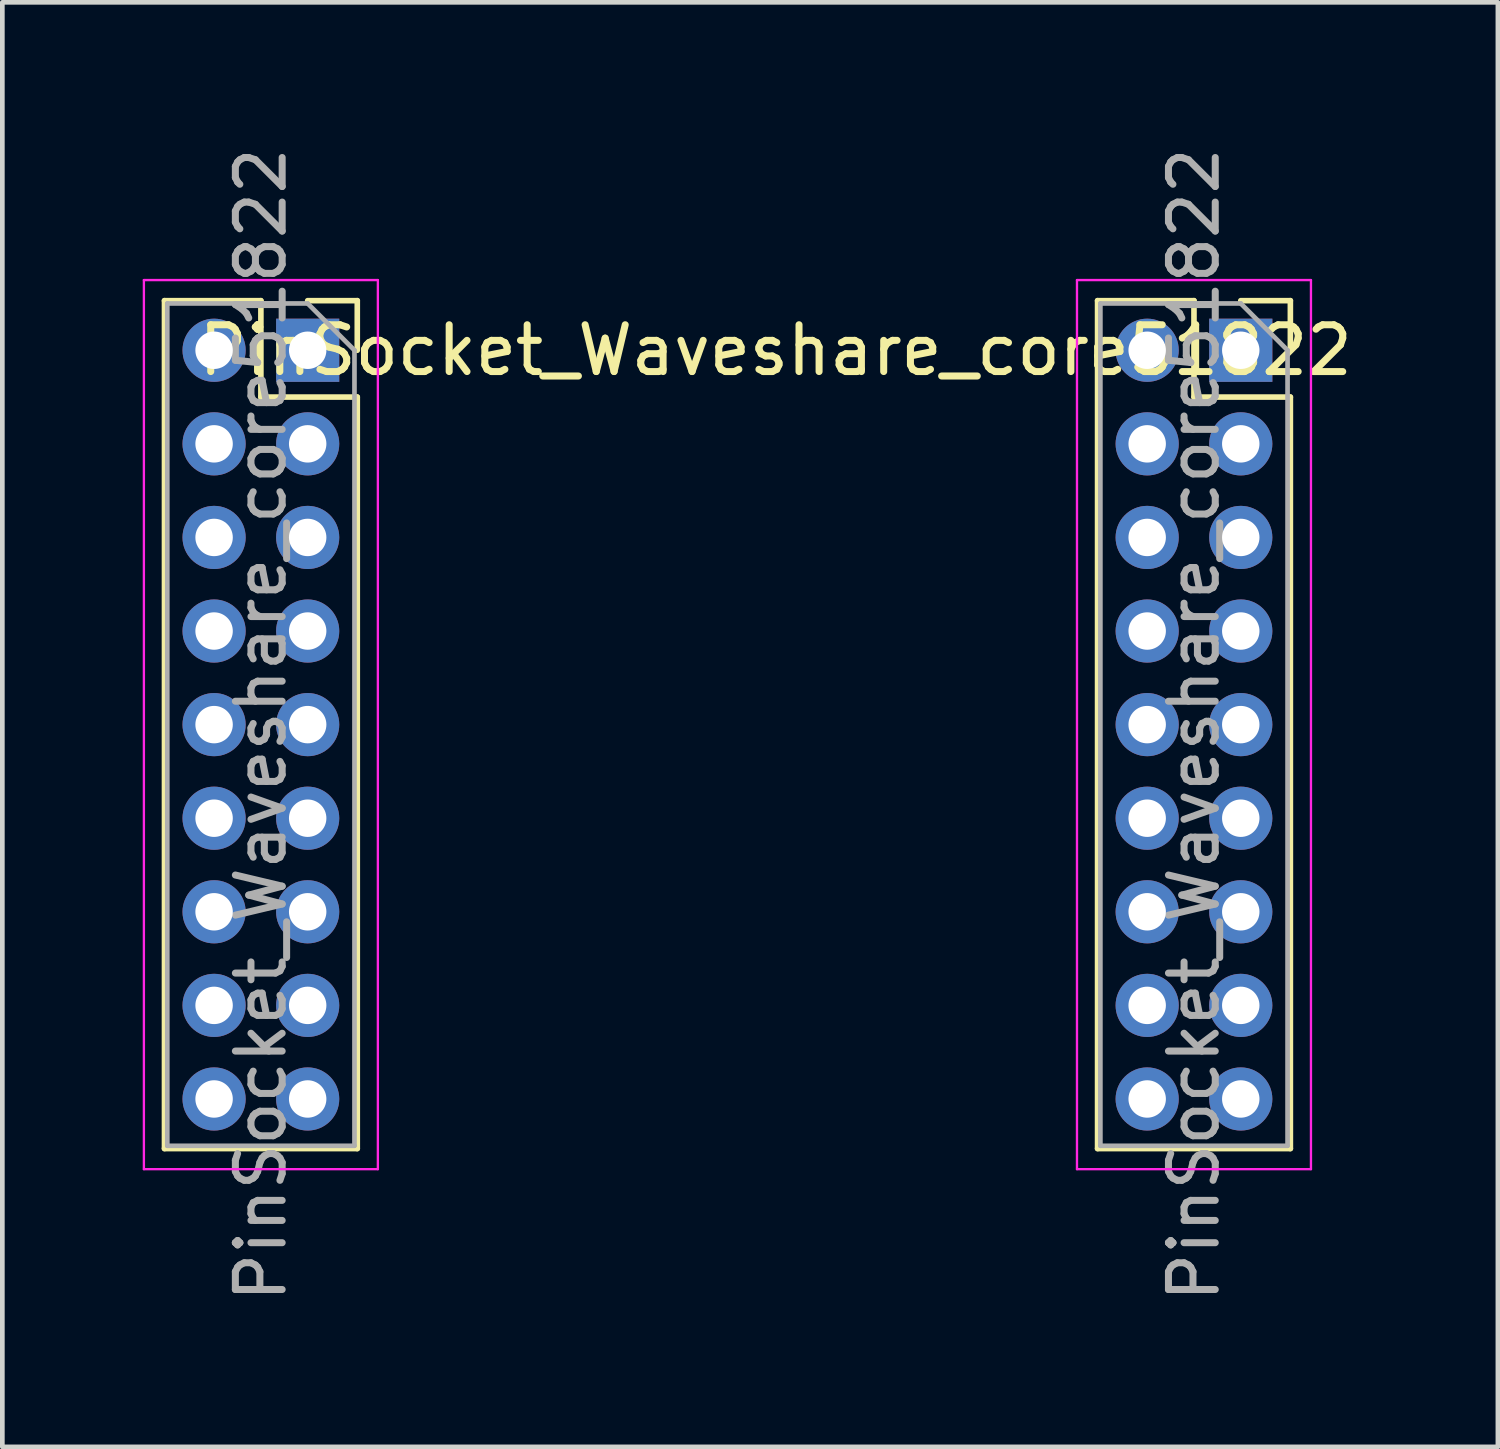
<source format=kicad_pcb>
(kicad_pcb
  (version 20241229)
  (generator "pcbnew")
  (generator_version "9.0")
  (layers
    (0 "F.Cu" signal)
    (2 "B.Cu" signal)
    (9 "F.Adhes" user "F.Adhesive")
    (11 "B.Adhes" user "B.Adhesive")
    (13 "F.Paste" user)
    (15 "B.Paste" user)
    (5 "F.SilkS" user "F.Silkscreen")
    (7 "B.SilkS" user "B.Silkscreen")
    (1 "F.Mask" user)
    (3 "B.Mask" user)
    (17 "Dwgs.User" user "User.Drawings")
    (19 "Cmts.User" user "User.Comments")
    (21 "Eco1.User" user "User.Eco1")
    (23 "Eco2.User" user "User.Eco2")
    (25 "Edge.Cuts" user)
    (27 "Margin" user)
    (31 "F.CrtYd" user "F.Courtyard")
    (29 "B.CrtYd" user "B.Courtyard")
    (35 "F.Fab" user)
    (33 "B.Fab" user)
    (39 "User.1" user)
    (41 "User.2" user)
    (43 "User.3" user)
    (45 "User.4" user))
  (footprint "PinSocket_Waveshare_core51822"
    (layer "F.Cu")
    (at 2.525 12.435)
    (property "Reference" "PinSocket_Waveshare_core51822" (at 11 -8 0) (layer "F.SilkS") (effects (font (size 1 1) (thickness 0.15))))
    (attr through_hole)
    (fp_line (start -2.06 -9.06) (end -2.06 9.06) (stroke (width 0.12) (type solid)) (layer "F.SilkS"))
    (fp_line (start -2.06 -9.06) (end 0 -9.06) (stroke (width 0.12) (type solid)) (layer "F.SilkS"))
    (fp_line (start -2.06 9.06) (end 2.06 9.06) (stroke (width 0.12) (type solid)) (layer "F.SilkS"))
    (fp_line (start 0 -9.06) (end 0 -7) (stroke (width 0.12) (type solid)) (layer "F.SilkS"))
    (fp_line (start 0 -7) (end 2.06 -7) (stroke (width 0.12) (type solid)) (layer "F.SilkS"))
    (fp_line (start 1 -9.06) (end 2.06 -9.06) (stroke (width 0.12) (type solid)) (layer "F.SilkS"))
    (fp_line (start 2.06 -9.06) (end 2.06 -8) (stroke (width 0.12) (type solid)) (layer "F.SilkS"))
    (fp_line (start 2.06 -7) (end 2.06 9.06) (stroke (width 0.12) (type solid)) (layer "F.SilkS"))
    (fp_line (start 17.88 -9.06) (end 17.88 9.06) (stroke (width 0.12) (type solid)) (layer "F.SilkS"))
    (fp_line (start 17.88 -9.06) (end 19.94 -9.06) (stroke (width 0.12) (type solid)) (layer "F.SilkS"))
    (fp_line (start 17.88 9.06) (end 22 9.06) (stroke (width 0.12) (type solid)) (layer "F.SilkS"))
    (fp_line (start 19.94 -9.06) (end 19.94 -7) (stroke (width 0.12) (type solid)) (layer "F.SilkS"))
    (fp_line (start 19.94 -7) (end 22 -7) (stroke (width 0.12) (type solid)) (layer "F.SilkS"))
    (fp_line (start 20.94 -9.06) (end 22 -9.06) (stroke (width 0.12) (type solid)) (layer "F.SilkS"))
    (fp_line (start 22 -9.06) (end 22 -8) (stroke (width 0.12) (type solid)) (layer "F.SilkS"))
    (fp_line (start 22 -7) (end 22 9.06) (stroke (width 0.12) (type solid)) (layer "F.SilkS"))
    (fp_line (start -2.5 -9.5) (end 2.5 -9.5) (stroke (width 0.05) (type solid)) (layer "F.CrtYd"))
    (fp_line (start -2.5 9.5) (end -2.5 -9.5) (stroke (width 0.05) (type solid)) (layer "F.CrtYd"))
    (fp_line (start 2.5 -9.5) (end 2.5 9.5) (stroke (width 0.05) (type solid)) (layer "F.CrtYd"))
    (fp_line (start 2.5 9.5) (end -2.5 9.5) (stroke (width 0.05) (type solid)) (layer "F.CrtYd"))
    (fp_line (start 17.44 -9.5) (end 22.44 -9.5) (stroke (width 0.05) (type solid)) (layer "F.CrtYd"))
    (fp_line (start 17.44 9.5) (end 17.44 -9.5) (stroke (width 0.05) (type solid)) (layer "F.CrtYd"))
    (fp_line (start 22.44 -9.5) (end 22.44 9.5) (stroke (width 0.05) (type solid)) (layer "F.CrtYd"))
    (fp_line (start 22.44 9.5) (end 17.44 9.5) (stroke (width 0.05) (type solid)) (layer "F.CrtYd"))
    (fp_line (start -2 -9) (end 1 -9) (stroke (width 0.1) (type solid)) (layer "F.Fab"))
    (fp_line (start -2 9) (end -2 -9) (stroke (width 0.1) (type solid)) (layer "F.Fab"))
    (fp_line (start 1 -9) (end 2 -8) (stroke (width 0.1) (type solid)) (layer "F.Fab"))
    (fp_line (start 2 -8) (end 2 9) (stroke (width 0.1) (type solid)) (layer "F.Fab"))
    (fp_line (start 2 9) (end -2 9) (stroke (width 0.1) (type solid)) (layer "F.Fab"))
    (fp_line (start 17.94 -9) (end 20.94 -9) (stroke (width 0.1) (type solid)) (layer "F.Fab"))
    (fp_line (start 17.94 9) (end 17.94 -9) (stroke (width 0.1) (type solid)) (layer "F.Fab"))
    (fp_line (start 20.94 -9) (end 21.94 -8) (stroke (width 0.1) (type solid)) (layer "F.Fab"))
    (fp_line (start 21.94 -8) (end 21.94 9) (stroke (width 0.1) (type solid)) (layer "F.Fab"))
    (fp_line (start 21.94 9) (end 17.94 9) (stroke (width 0.1) (type solid)) (layer "F.Fab"))
    (fp_text user "${REFERENCE}" (at 19.94 0 90) (layer "F.Fab") (effects (font (size 1 1) (thickness 0.15))))
    (fp_text user "${REFERENCE}" (at 0 0 90) (layer "F.Fab") (effects (font (size 1 1) (thickness 0.15))))
    (pad "1" thru_hole rect (at 1 -8) (size 1.35 1.35) (drill 0.8) (layers "*.Cu" "*.Mask"))
    (pad "1" thru_hole rect (at 20.94 -8) (size 1.35 1.35) (drill 0.8) (layers "*.Cu" "*.Mask"))
    (pad "2" thru_hole oval (at -1 -8) (size 1.35 1.35) (drill 0.8) (layers "*.Cu" "*.Mask"))
    (pad "2" thru_hole oval (at 18.94 -8) (size 1.35 1.35) (drill 0.8) (layers "*.Cu" "*.Mask"))
    (pad "3" thru_hole oval (at 1 -6) (size 1.35 1.35) (drill 0.8) (layers "*.Cu" "*.Mask"))
    (pad "3" thru_hole oval (at 20.94 -6) (size 1.35 1.35) (drill 0.8) (layers "*.Cu" "*.Mask"))
    (pad "4" thru_hole oval (at -1 -6) (size 1.35 1.35) (drill 0.8) (layers "*.Cu" "*.Mask"))
    (pad "4" thru_hole oval (at 18.94 -6) (size 1.35 1.35) (drill 0.8) (layers "*.Cu" "*.Mask"))
    (pad "5" thru_hole oval (at 1 -4) (size 1.35 1.35) (drill 0.8) (layers "*.Cu" "*.Mask"))
    (pad "5" thru_hole oval (at 20.94 -4) (size 1.35 1.35) (drill 0.8) (layers "*.Cu" "*.Mask"))
    (pad "6" thru_hole oval (at -1 -4) (size 1.35 1.35) (drill 0.8) (layers "*.Cu" "*.Mask"))
    (pad "6" thru_hole oval (at 18.94 -4) (size 1.35 1.35) (drill 0.8) (layers "*.Cu" "*.Mask"))
    (pad "7" thru_hole oval (at 1 -2) (size 1.35 1.35) (drill 0.8) (layers "*.Cu" "*.Mask"))
    (pad "7" thru_hole oval (at 20.94 -2) (size 1.35 1.35) (drill 0.8) (layers "*.Cu" "*.Mask"))
    (pad "8" thru_hole oval (at -1 -2) (size 1.35 1.35) (drill 0.8) (layers "*.Cu" "*.Mask"))
    (pad "8" thru_hole oval (at 18.94 -2) (size 1.35 1.35) (drill 0.8) (layers "*.Cu" "*.Mask"))
    (pad "9" thru_hole oval (at 1 0) (size 1.35 1.35) (drill 0.8) (layers "*.Cu" "*.Mask"))
    (pad "9" thru_hole oval (at 20.94 0) (size 1.35 1.35) (drill 0.8) (layers "*.Cu" "*.Mask"))
    (pad "10" thru_hole oval (at -1 0) (size 1.35 1.35) (drill 0.8) (layers "*.Cu" "*.Mask"))
    (pad "10" thru_hole oval (at 18.94 0) (size 1.35 1.35) (drill 0.8) (layers "*.Cu" "*.Mask"))
    (pad "11" thru_hole oval (at 1 2) (size 1.35 1.35) (drill 0.8) (layers "*.Cu" "*.Mask"))
    (pad "11" thru_hole oval (at 20.94 2) (size 1.35 1.35) (drill 0.8) (layers "*.Cu" "*.Mask"))
    (pad "12" thru_hole oval (at -1 2) (size 1.35 1.35) (drill 0.8) (layers "*.Cu" "*.Mask"))
    (pad "12" thru_hole oval (at 18.94 2) (size 1.35 1.35) (drill 0.8) (layers "*.Cu" "*.Mask"))
    (pad "13" thru_hole oval (at 1 4) (size 1.35 1.35) (drill 0.8) (layers "*.Cu" "*.Mask"))
    (pad "13" thru_hole oval (at 20.94 4) (size 1.35 1.35) (drill 0.8) (layers "*.Cu" "*.Mask"))
    (pad "14" thru_hole oval (at -1 4) (size 1.35 1.35) (drill 0.8) (layers "*.Cu" "*.Mask"))
    (pad "14" thru_hole oval (at 18.94 4) (size 1.35 1.35) (drill 0.8) (layers "*.Cu" "*.Mask"))
    (pad "15" thru_hole oval (at 1 6) (size 1.35 1.35) (drill 0.8) (layers "*.Cu" "*.Mask"))
    (pad "15" thru_hole oval (at 20.94 6) (size 1.35 1.35) (drill 0.8) (layers "*.Cu" "*.Mask"))
    (pad "16" thru_hole oval (at -1 6) (size 1.35 1.35) (drill 0.8) (layers "*.Cu" "*.Mask"))
    (pad "16" thru_hole oval (at 18.94 6) (size 1.35 1.35) (drill 0.8) (layers "*.Cu" "*.Mask"))
    (pad "17" thru_hole oval (at 1 8) (size 1.35 1.35) (drill 0.8) (layers "*.Cu" "*.Mask"))
    (pad "17" thru_hole oval (at 20.94 8) (size 1.35 1.35) (drill 0.8) (layers "*.Cu" "*.Mask"))
    (pad "18" thru_hole oval (at -1 8) (size 1.35 1.35) (drill 0.8) (layers "*.Cu" "*.Mask"))
    (pad "18" thru_hole oval (at 18.94 8) (size 1.35 1.35) (drill 0.8) (layers "*.Cu" "*.Mask")))
  (gr_rect
    (start -3 -3)
    (end 28.96 27.869)
    (stroke (width 0.1) (type default))
    (fill no)
    (layer "Edge.Cuts")))
</source>
